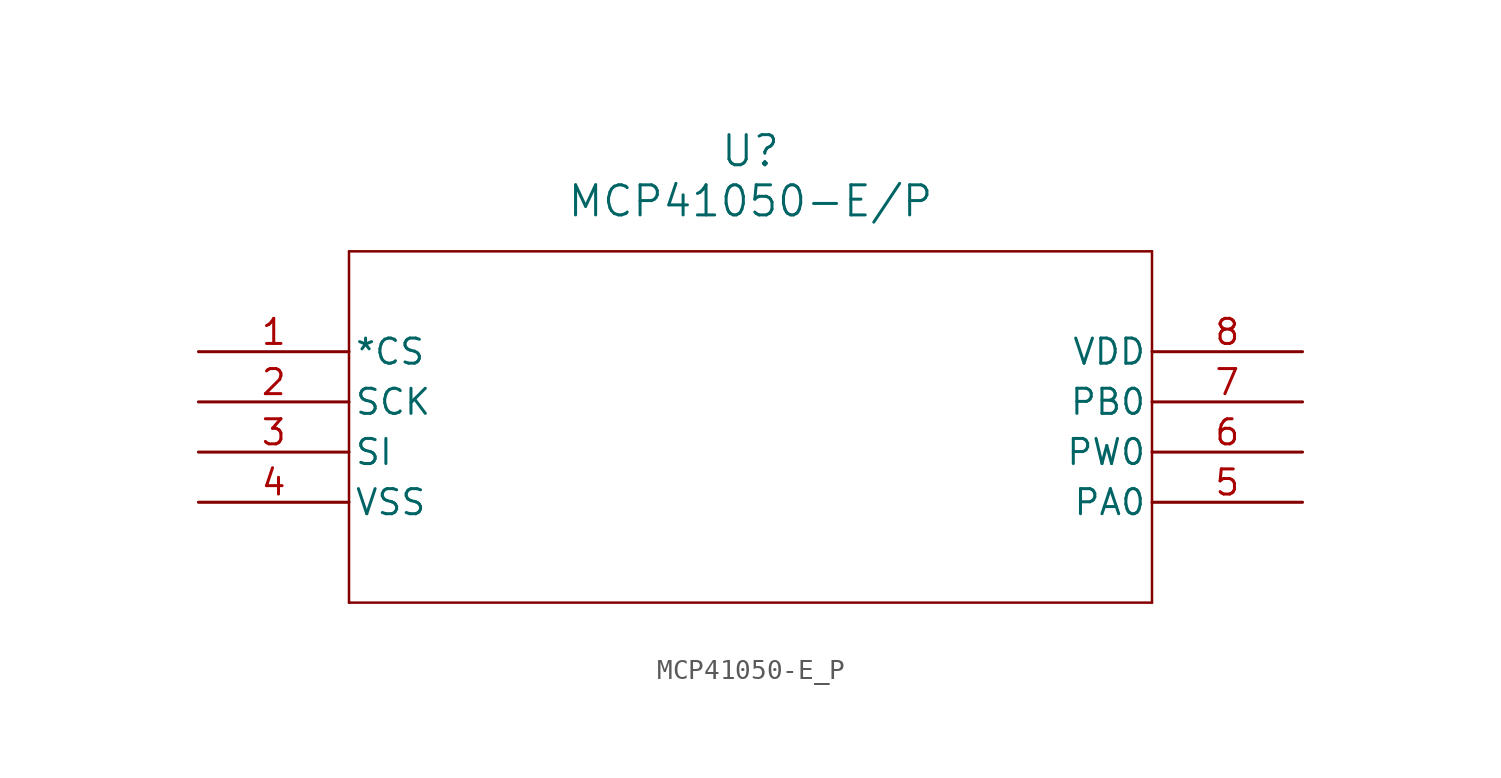
<source format=kicad_sym>
(kicad_symbol_lib
  (version 20211014)
  (generator kicad_symbol_editor)
  (symbol "MCP41050-E_P"
    (pin_names
      (offset 0.254))
    (property "Reference" "U"
      (at 27.94 10.16 0)
      (effects (font (size 1.524 1.524))))
    (property "Value" "MCP41050-E/P"
      (at 27.94 7.62 0)
      (effects (font (size 1.524 1.524))))
    (symbol "MCP41050-E_P_0_1"
      (polyline (pts (xy 7.62 5.08) (xy 7.62 -12.7)) (stroke (width 0.127) (type default) (color 0 0 0 0)) (fill (type none)))
      (polyline (pts (xy 7.62 -12.7) (xy 48.26 -12.7)) (stroke (width 0.127) (type default) (color 0 0 0 0)) (fill (type none)))
      (polyline (pts (xy 48.26 -12.7) (xy 48.26 5.08)) (stroke (width 0.127) (type default) (color 0 0 0 0)) (fill (type none)))
      (polyline (pts (xy 48.26 5.08) (xy 7.62 5.08)) (stroke (width 0.127) (type default) (color 0 0 0 0)) (fill (type none)))
      (pin unspecified line (at 0 0 0) (length 7.62) (name "*CS" (effects (font (size 1.27 1.27)))) (number "1" (effects (font (size 1.27 1.27)))))
      (pin unspecified line (at 0 -2.54 0) (length 7.62) (name "SCK" (effects (font (size 1.27 1.27)))) (number "2" (effects (font (size 1.27 1.27)))))
      (pin unspecified line (at 0 -5.08 0) (length 7.62) (name "SI" (effects (font (size 1.27 1.27)))) (number "3" (effects (font (size 1.27 1.27)))))
      (pin unspecified line (at 0 -7.62 0) (length 7.62) (name "VSS" (effects (font (size 1.27 1.27)))) (number "4" (effects (font (size 1.27 1.27)))))
      (pin unspecified line (at 55.88 -7.62 180) (length 7.62) (name "PA0" (effects (font (size 1.27 1.27)))) (number "5" (effects (font (size 1.27 1.27)))))
      (pin unspecified line (at 55.88 -5.08 180) (length 7.62) (name "PW0" (effects (font (size 1.27 1.27)))) (number "6" (effects (font (size 1.27 1.27)))))
      (pin unspecified line (at 55.88 -2.54 180) (length 7.62) (name "PB0" (effects (font (size 1.27 1.27)))) (number "7" (effects (font (size 1.27 1.27)))))
      (pin unspecified line (at 55.88 0 180) (length 7.62) (name "VDD" (effects (font (size 1.27 1.27)))) (number "8" (effects (font (size 1.27 1.27))))))))
</source>
